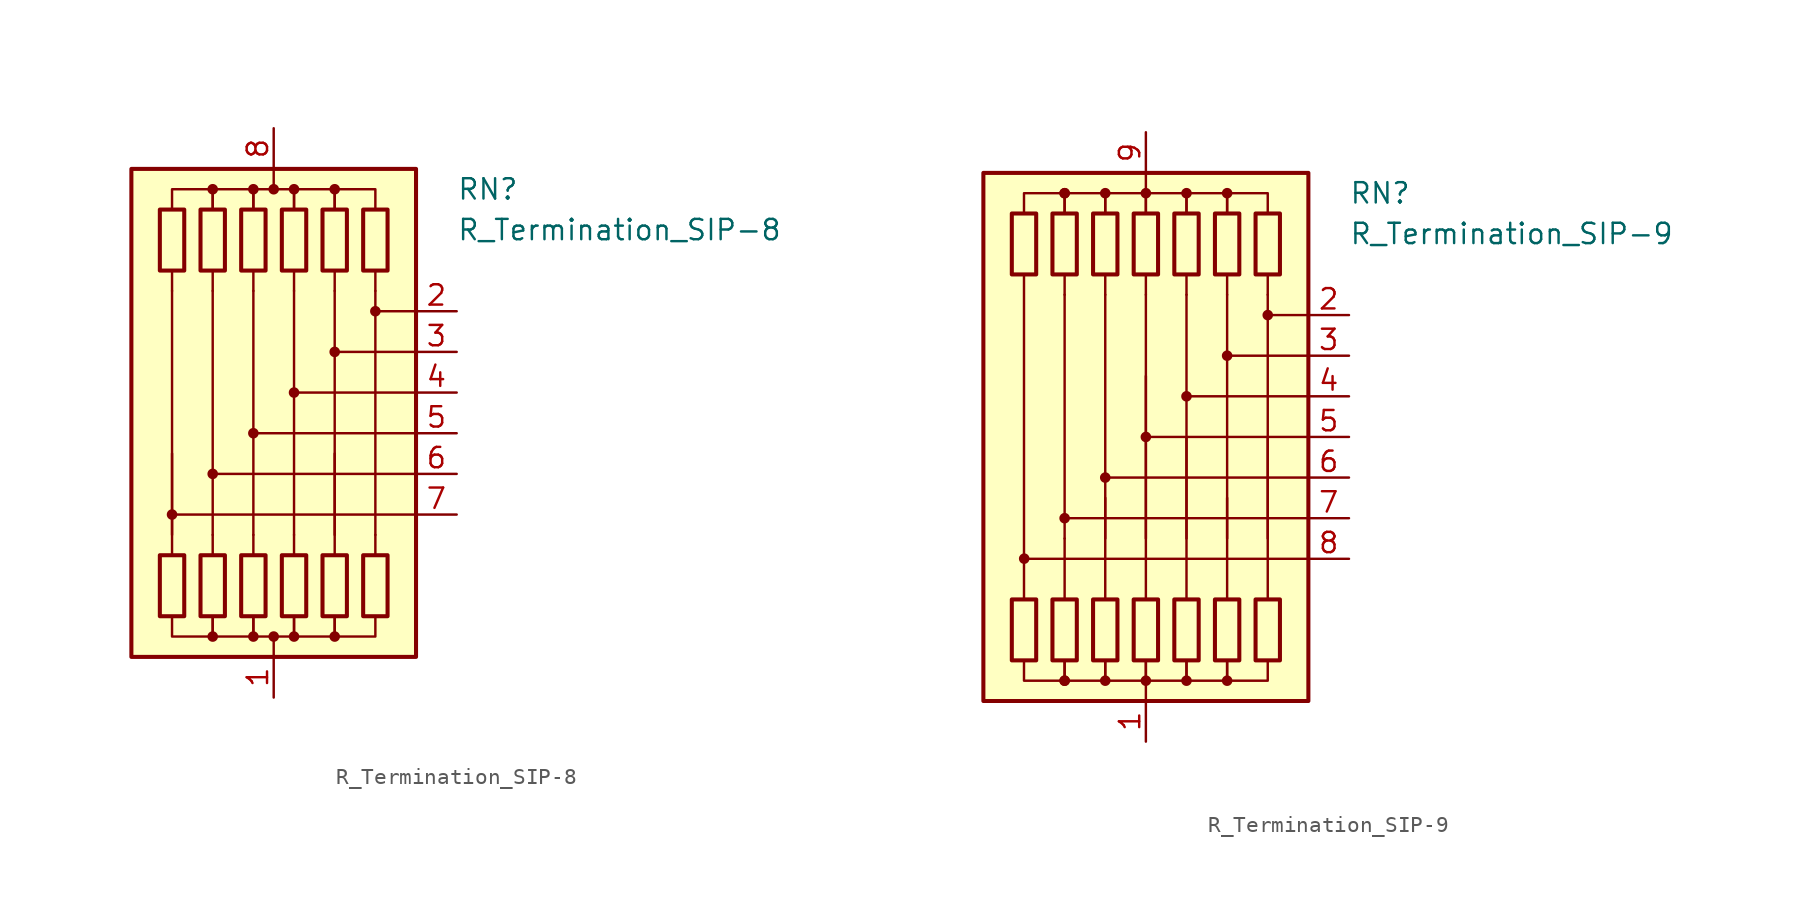
<source format=kicad_sym>
(kicad_symbol_lib
  (version 20211014)
  (generator kicad_symbol_editor)
  (symbol "R_Termination_SIP-8"
    (pin_names
      (offset 0.002) hide)
    (property "Reference" "RN"
      (at 11.43 13.97 0)
      (effects (font (size 1.27 1.27)) (justify left)))
    (property "Value" "R_Termination_SIP-8"
      (at 11.43 11.43 0)
      (effects (font (size 1.27 1.27)) (justify left)))
    (symbol "R_Termination_SIP-8_0_1"
      (rectangle (start -7.112 12.7) (end -5.588 8.89) (stroke (width 0.254) (type default) (color 0 0 0 0)) (fill (type none)))
      (circle (center -6.35 -6.35) (radius 0.254) (stroke (width 0) (type default) (color 0 0 0 0)) (fill (type outline)))
      (rectangle (start -5.588 -12.7) (end -7.112 -8.89) (stroke (width 0.254) (type default) (color 0 0 0 0)) (fill (type none)))
      (rectangle (start -4.572 12.7) (end -3.048 8.89) (stroke (width 0.254) (type default) (color 0 0 0 0)) (fill (type none)))
      (circle (center -3.81 -13.97) (radius 0.254) (stroke (width 0) (type default) (color 0 0 0 0)) (fill (type outline)))
      (circle (center -3.81 -3.81) (radius 0.254) (stroke (width 0) (type default) (color 0 0 0 0)) (fill (type outline)))
      (circle (center -3.81 13.97) (radius 0.254) (stroke (width 0) (type default) (color 0 0 0 0)) (fill (type outline)))
      (rectangle (start -3.048 -12.7) (end -4.572 -8.89) (stroke (width 0.254) (type default) (color 0 0 0 0)) (fill (type none)))
      (rectangle (start -2.032 12.7) (end -0.508 8.89) (stroke (width 0.254) (type default) (color 0 0 0 0)) (fill (type none)))
      (circle (center -1.27 -13.97) (radius 0.254) (stroke (width 0) (type default) (color 0 0 0 0)) (fill (type outline)))
      (circle (center -1.27 -1.27) (radius 0.254) (stroke (width 0) (type default) (color 0 0 0 0)) (fill (type outline)))
      (circle (center -1.27 13.97) (radius 0.254) (stroke (width 0) (type default) (color 0 0 0 0)) (fill (type outline)))
      (rectangle (start -0.508 -12.7) (end -2.032 -8.89) (stroke (width 0.254) (type default) (color 0 0 0 0)) (fill (type none)))
      (circle (center 0 -13.97) (radius 0.254) (stroke (width 0) (type default) (color 0 0 0 0)) (fill (type outline)))
      (polyline (pts (xy -6.35 -8.89) (xy -6.35 -2.54)) (stroke (width 0) (type default) (color 0 0 0 0)) (fill (type none)))
      (polyline (pts (xy -6.35 7.62) (xy -6.35 -7.62)) (stroke (width 0.152) (type default) (color 0 0 0 0)) (fill (type none)))
      (polyline (pts (xy -6.35 8.89) (xy -6.35 7.62)) (stroke (width 0) (type default) (color 0 0 0 0)) (fill (type none)))
      (polyline (pts (xy -3.81 -8.89) (xy -3.81 -7.62)) (stroke (width 0) (type default) (color 0 0 0 0)) (fill (type none)))
      (polyline (pts (xy -3.81 7.62) (xy -3.81 -7.62)) (stroke (width 0.152) (type default) (color 0 0 0 0)) (fill (type none)))
      (polyline (pts (xy -3.81 8.89) (xy -3.81 7.62)) (stroke (width 0) (type default) (color 0 0 0 0)) (fill (type none)))
      (polyline (pts (xy -1.27 -8.89) (xy -1.27 -7.62)) (stroke (width 0) (type default) (color 0 0 0 0)) (fill (type none)))
      (polyline (pts (xy -1.27 7.62) (xy -1.27 -7.62)) (stroke (width 0.152) (type default) (color 0 0 0 0)) (fill (type none)))
      (polyline (pts (xy -1.27 8.89) (xy -1.27 7.62)) (stroke (width 0) (type default) (color 0 0 0 0)) (fill (type none)))
      (polyline (pts (xy 0 -15.24) (xy 0 -13.97)) (stroke (width 0) (type default) (color 0 0 0 0)) (fill (type none)))
      (polyline (pts (xy 0 15.24) (xy 0 13.97)) (stroke (width 0) (type default) (color 0 0 0 0)) (fill (type none)))
      (polyline (pts (xy 1.27 -8.89) (xy 1.27 -7.62)) (stroke (width 0) (type default) (color 0 0 0 0)) (fill (type none)))
      (polyline (pts (xy 1.27 7.62) (xy 1.27 -7.62)) (stroke (width 0.152) (type default) (color 0 0 0 0)) (fill (type none)))
      (polyline (pts (xy 1.27 8.89) (xy 1.27 7.62)) (stroke (width 0) (type default) (color 0 0 0 0)) (fill (type none)))
      (polyline (pts (xy 3.81 -8.89) (xy 3.81 -2.54)) (stroke (width 0) (type default) (color 0 0 0 0)) (fill (type none)))
      (polyline (pts (xy 3.81 7.62) (xy 3.81 -7.62)) (stroke (width 0.152) (type default) (color 0 0 0 0)) (fill (type none)))
      (polyline (pts (xy 3.81 8.89) (xy 3.81 7.62)) (stroke (width 0) (type default) (color 0 0 0 0)) (fill (type none)))
      (polyline (pts (xy 6.35 -8.89) (xy 6.35 -7.62)) (stroke (width 0) (type default) (color 0 0 0 0)) (fill (type none)))
      (polyline (pts (xy 6.35 7.62) (xy 6.35 -7.62)) (stroke (width 0.152) (type default) (color 0 0 0 0)) (fill (type none)))
      (polyline (pts (xy 6.35 8.89) (xy 6.35 7.62)) (stroke (width 0) (type default) (color 0 0 0 0)) (fill (type none)))
      (polyline (pts (xy 8.89 -6.35) (xy -6.35 -6.35)) (stroke (width 0.152) (type default) (color 0 0 0 0)) (fill (type none)))
      (polyline (pts (xy 8.89 -3.81) (xy -3.81 -3.81)) (stroke (width 0.152) (type default) (color 0 0 0 0)) (fill (type none)))
      (polyline (pts (xy 8.89 -1.27) (xy -1.27 -1.27)) (stroke (width 0.152) (type default) (color 0 0 0 0)) (fill (type none)))
      (polyline (pts (xy 8.89 1.27) (xy 1.27 1.27)) (stroke (width 0.152) (type default) (color 0 0 0 0)) (fill (type none)))
      (polyline (pts (xy 8.89 3.81) (xy 3.81 3.81)) (stroke (width 0.152) (type default) (color 0 0 0 0)) (fill (type none)))
      (polyline (pts (xy 8.89 6.35) (xy 6.35 6.35)) (stroke (width 0.152) (type default) (color 0 0 0 0)) (fill (type none)))
      (polyline (pts (xy -6.35 12.7) (xy -6.35 13.97) (xy -3.81 13.97) (xy -3.81 12.7)) (stroke (width 0) (type default) (color 0 0 0 0)) (fill (type none)))
      (polyline (pts (xy -3.81 -12.7) (xy -3.81 -13.97) (xy -6.35 -13.97) (xy -6.35 -12.7)) (stroke (width 0) (type default) (color 0 0 0 0)) (fill (type none)))
      (polyline (pts (xy -3.81 12.7) (xy -3.81 13.97) (xy -1.27 13.97) (xy -1.27 12.7)) (stroke (width 0) (type default) (color 0 0 0 0)) (fill (type none)))
      (polyline (pts (xy -1.27 -12.7) (xy -1.27 -13.97) (xy -3.81 -13.97) (xy -3.81 -12.7)) (stroke (width 0) (type default) (color 0 0 0 0)) (fill (type none)))
      (polyline (pts (xy -1.27 12.7) (xy -1.27 13.97) (xy 1.27 13.97) (xy 1.27 12.7)) (stroke (width 0) (type default) (color 0 0 0 0)) (fill (type none)))
      (polyline (pts (xy 1.27 -12.7) (xy 1.27 -13.97) (xy -1.27 -13.97) (xy -1.27 -12.7)) (stroke (width 0) (type default) (color 0 0 0 0)) (fill (type none)))
      (polyline (pts (xy 1.27 12.7) (xy 1.27 13.97) (xy 3.81 13.97) (xy 3.81 12.7)) (stroke (width 0) (type default) (color 0 0 0 0)) (fill (type none)))
      (polyline (pts (xy 3.81 -12.7) (xy 3.81 -13.97) (xy 1.27 -13.97) (xy 1.27 -12.7)) (stroke (width 0) (type default) (color 0 0 0 0)) (fill (type none)))
      (polyline (pts (xy 3.81 12.7) (xy 3.81 13.97) (xy 6.35 13.97) (xy 6.35 12.7)) (stroke (width 0) (type default) (color 0 0 0 0)) (fill (type none)))
      (polyline (pts (xy 6.35 -12.7) (xy 6.35 -13.97) (xy 3.81 -13.97) (xy 3.81 -12.7)) (stroke (width 0) (type default) (color 0 0 0 0)) (fill (type none)))
      (circle (center 0 13.97) (radius 0.254) (stroke (width 0) (type default) (color 0 0 0 0)) (fill (type outline)))
      (rectangle (start 0.508 12.7) (end 2.032 8.89) (stroke (width 0.254) (type default) (color 0 0 0 0)) (fill (type none)))
      (circle (center 1.27 -13.97) (radius 0.254) (stroke (width 0) (type default) (color 0 0 0 0)) (fill (type outline)))
      (circle (center 1.27 1.27) (radius 0.254) (stroke (width 0) (type default) (color 0 0 0 0)) (fill (type outline)))
      (circle (center 1.27 13.97) (radius 0.254) (stroke (width 0) (type default) (color 0 0 0 0)) (fill (type outline)))
      (rectangle (start 2.032 -12.7) (end 0.508 -8.89) (stroke (width 0.254) (type default) (color 0 0 0 0)) (fill (type none)))
      (rectangle (start 3.048 12.7) (end 4.572 8.89) (stroke (width 0.254) (type default) (color 0 0 0 0)) (fill (type none)))
      (circle (center 3.81 -13.97) (radius 0.254) (stroke (width 0) (type default) (color 0 0 0 0)) (fill (type outline)))
      (circle (center 3.81 3.81) (radius 0.254) (stroke (width 0) (type default) (color 0 0 0 0)) (fill (type outline)))
      (circle (center 3.81 13.97) (radius 0.254) (stroke (width 0) (type default) (color 0 0 0 0)) (fill (type outline)))
      (rectangle (start 4.572 -12.7) (end 3.048 -8.89) (stroke (width 0.254) (type default) (color 0 0 0 0)) (fill (type none)))
      (rectangle (start 5.588 12.7) (end 7.112 8.89) (stroke (width 0.254) (type default) (color 0 0 0 0)) (fill (type none)))
      (circle (center 6.35 6.35) (radius 0.254) (stroke (width 0) (type default) (color 0 0 0 0)) (fill (type outline)))
      (rectangle (start 7.112 -12.7) (end 5.588 -8.89) (stroke (width 0.254) (type default) (color 0 0 0 0)) (fill (type none)))
      (rectangle (start 8.89 15.24) (end -8.89 -15.24) (stroke (width 0.254) (type default) (color 0 0 0 0)) (fill (type background))))
    (symbol "R_Termination_SIP-8_1_1"
      (pin passive line (at 0 -17.78 90) (length 2.54) (name "common" (effects (font (size 1.27 1.27)))) (number "1" (effects (font (size 1.27 1.27)))))
      (pin passive line (at 11.43 6.35 180) (length 2.54) (name "R2" (effects (font (size 1.27 1.27)))) (number "2" (effects (font (size 1.27 1.27)))))
      (pin passive line (at 11.43 3.81 180) (length 2.54) (name "R3" (effects (font (size 1.27 1.27)))) (number "3" (effects (font (size 1.27 1.27)))))
      (pin passive line (at 11.43 1.27 180) (length 2.54) (name "R4" (effects (font (size 1.27 1.27)))) (number "4" (effects (font (size 1.27 1.27)))))
      (pin passive line (at 11.43 -1.27 180) (length 2.54) (name "R5" (effects (font (size 1.27 1.27)))) (number "5" (effects (font (size 1.27 1.27)))))
      (pin passive line (at 11.43 -3.81 180) (length 2.54) (name "R6" (effects (font (size 1.27 1.27)))) (number "6" (effects (font (size 1.27 1.27)))))
      (pin passive line (at 11.43 -6.35 180) (length 2.54) (name "R7" (effects (font (size 1.27 1.27)))) (number "7" (effects (font (size 1.27 1.27)))))
      (pin passive line (at 0 17.78 270) (length 2.54) (name "common" (effects (font (size 1.27 1.27)))) (number "8" (effects (font (size 1.27 1.27)))))))
  (symbol "R_Termination_SIP-9"
    (pin_names
      (offset 0.002) hide)
    (property "Reference" "RN"
      (at 12.7 15.24 0)
      (effects (font (size 1.27 1.27)) (justify left)))
    (property "Value" "R_Termination_SIP-9"
      (at 12.7 12.7 0)
      (effects (font (size 1.27 1.27)) (justify left)))
    (symbol "R_Termination_SIP-9_0_1"
      (rectangle (start -10.16 16.51) (end 10.16 -16.51) (stroke (width 0.254) (type default) (color 0 0 0 0)) (fill (type background)))
      (rectangle (start -8.382 13.97) (end -6.858 10.16) (stroke (width 0.254) (type default) (color 0 0 0 0)) (fill (type none)))
      (circle (center -7.608 -7.609) (radius 0.254) (stroke (width 0) (type default) (color 0 0 0 0)) (fill (type outline)))
      (rectangle (start -6.858 -13.97) (end -8.382 -10.16) (stroke (width 0.254) (type default) (color 0 0 0 0)) (fill (type none)))
      (rectangle (start -5.842 13.97) (end -4.318 10.16) (stroke (width 0.254) (type default) (color 0 0 0 0)) (fill (type none)))
      (circle (center -5.08 -15.24) (radius 0.254) (stroke (width 0) (type default) (color 0 0 0 0)) (fill (type outline)))
      (circle (center -5.08 -15.24) (radius 0.254) (stroke (width 0) (type default) (color 0 0 0 0)) (fill (type outline)))
      (circle (center -5.08 -5.08) (radius 0.254) (stroke (width 0) (type default) (color 0 0 0 0)) (fill (type outline)))
      (circle (center -5.08 15.24) (radius 0.254) (stroke (width 0) (type default) (color 0 0 0 0)) (fill (type outline)))
      (circle (center -5.08 15.24) (radius 0.254) (stroke (width 0) (type default) (color 0 0 0 0)) (fill (type outline)))
      (rectangle (start -4.318 -13.97) (end -5.842 -10.16) (stroke (width 0.254) (type default) (color 0 0 0 0)) (fill (type none)))
      (rectangle (start -3.302 13.97) (end -1.778 10.16) (stroke (width 0.254) (type default) (color 0 0 0 0)) (fill (type none)))
      (circle (center -2.54 -15.24) (radius 0.254) (stroke (width 0) (type default) (color 0 0 0 0)) (fill (type outline)))
      (circle (center -2.54 -2.54) (radius 0.254) (stroke (width 0) (type default) (color 0 0 0 0)) (fill (type outline)))
      (circle (center -2.54 15.24) (radius 0.254) (stroke (width 0) (type default) (color 0 0 0 0)) (fill (type outline)))
      (rectangle (start -1.778 -13.97) (end -3.302 -10.16) (stroke (width 0.254) (type default) (color 0 0 0 0)) (fill (type none)))
      (rectangle (start -0.762 13.97) (end 0.762 10.16) (stroke (width 0.254) (type default) (color 0 0 0 0)) (fill (type none)))
      (circle (center 0 -15.24) (radius 0.254) (stroke (width 0) (type default) (color 0 0 0 0)) (fill (type outline)))
      (polyline (pts (xy -7.62 10.16) (xy -7.62 -10.16)) (stroke (width 0) (type default) (color 0 0 0 0)) (fill (type none)))
      (polyline (pts (xy -5.08 -10.16) (xy -5.08 -6.35)) (stroke (width 0) (type default) (color 0 0 0 0)) (fill (type none)))
      (polyline (pts (xy -5.08 8.89) (xy -5.08 -6.35)) (stroke (width 0.152) (type default) (color 0 0 0 0)) (fill (type none)))
      (polyline (pts (xy -5.08 10.16) (xy -5.08 8.89)) (stroke (width 0) (type default) (color 0 0 0 0)) (fill (type none)))
      (polyline (pts (xy -2.54 -10.16) (xy -2.54 -3.81)) (stroke (width 0) (type default) (color 0 0 0 0)) (fill (type none)))
      (polyline (pts (xy -2.54 8.89) (xy -2.54 -6.35)) (stroke (width 0.152) (type default) (color 0 0 0 0)) (fill (type none)))
      (polyline (pts (xy -2.54 10.16) (xy -2.54 8.89)) (stroke (width 0) (type default) (color 0 0 0 0)) (fill (type none)))
      (polyline (pts (xy 0 -16.51) (xy 0 -15.24)) (stroke (width 0) (type default) (color 0 0 0 0)) (fill (type none)))
      (polyline (pts (xy 0 -10.16) (xy 0 3.81)) (stroke (width 0) (type default) (color 0 0 0 0)) (fill (type none)))
      (polyline (pts (xy 0 8.89) (xy 0 -6.35)) (stroke (width 0.152) (type default) (color 0 0 0 0)) (fill (type none)))
      (polyline (pts (xy 0 10.16) (xy 0 8.89)) (stroke (width 0) (type default) (color 0 0 0 0)) (fill (type none)))
      (polyline (pts (xy 0 16.51) (xy 0 15.24)) (stroke (width 0) (type default) (color 0 0 0 0)) (fill (type none)))
      (polyline (pts (xy 2.54 -10.16) (xy 2.54 0)) (stroke (width 0) (type default) (color 0 0 0 0)) (fill (type none)))
      (polyline (pts (xy 2.54 8.89) (xy 2.54 -6.35)) (stroke (width 0.152) (type default) (color 0 0 0 0)) (fill (type none)))
      (polyline (pts (xy 2.54 10.16) (xy 2.54 8.89)) (stroke (width 0) (type default) (color 0 0 0 0)) (fill (type none)))
      (polyline (pts (xy 5.08 -10.16) (xy 5.08 -3.81)) (stroke (width 0) (type default) (color 0 0 0 0)) (fill (type none)))
      (polyline (pts (xy 5.08 8.89) (xy 5.08 -6.35)) (stroke (width 0.152) (type default) (color 0 0 0 0)) (fill (type none)))
      (polyline (pts (xy 5.08 10.16) (xy 5.08 8.89)) (stroke (width 0) (type default) (color 0 0 0 0)) (fill (type none)))
      (polyline (pts (xy 7.62 -10.16) (xy 7.62 0)) (stroke (width 0) (type default) (color 0 0 0 0)) (fill (type none)))
      (polyline (pts (xy 7.62 8.89) (xy 7.62 -6.35)) (stroke (width 0.152) (type default) (color 0 0 0 0)) (fill (type none)))
      (polyline (pts (xy 7.62 10.16) (xy 7.62 8.89)) (stroke (width 0) (type default) (color 0 0 0 0)) (fill (type none)))
      (polyline (pts (xy 10.16 -7.62) (xy -7.62 -7.62)) (stroke (width 0.152) (type default) (color 0 0 0 0)) (fill (type none)))
      (polyline (pts (xy 10.16 -5.08) (xy -5.08 -5.08)) (stroke (width 0.152) (type default) (color 0 0 0 0)) (fill (type none)))
      (polyline (pts (xy 10.16 -2.54) (xy -2.54 -2.54)) (stroke (width 0.152) (type default) (color 0 0 0 0)) (fill (type none)))
      (polyline (pts (xy 10.16 0) (xy 0 0)) (stroke (width 0.152) (type default) (color 0 0 0 0)) (fill (type none)))
      (polyline (pts (xy 10.16 2.54) (xy 2.54 2.54)) (stroke (width 0.152) (type default) (color 0 0 0 0)) (fill (type none)))
      (polyline (pts (xy 10.16 5.08) (xy 5.08 5.08)) (stroke (width 0.152) (type default) (color 0 0 0 0)) (fill (type none)))
      (polyline (pts (xy 10.16 7.62) (xy 7.62 7.62)) (stroke (width 0.152) (type default) (color 0 0 0 0)) (fill (type none)))
      (polyline (pts (xy -7.62 13.97) (xy -7.62 15.24) (xy -5.08 15.24) (xy -5.08 13.97)) (stroke (width 0) (type default) (color 0 0 0 0)) (fill (type none)))
      (polyline (pts (xy -5.08 -13.97) (xy -5.08 -15.24) (xy -7.62 -15.24) (xy -7.62 -13.97)) (stroke (width 0) (type default) (color 0 0 0 0)) (fill (type none)))
      (polyline (pts (xy -5.08 13.97) (xy -5.08 15.24) (xy -2.54 15.24) (xy -2.54 13.97)) (stroke (width 0) (type default) (color 0 0 0 0)) (fill (type none)))
      (polyline (pts (xy -2.54 -13.97) (xy -2.54 -15.24) (xy -5.08 -15.24) (xy -5.08 -13.97)) (stroke (width 0) (type default) (color 0 0 0 0)) (fill (type none)))
      (polyline (pts (xy -2.54 13.97) (xy -2.54 15.24) (xy 0 15.24) (xy 0 13.97)) (stroke (width 0) (type default) (color 0 0 0 0)) (fill (type none)))
      (polyline (pts (xy 0 -13.97) (xy 0 -15.24) (xy -2.54 -15.24) (xy -2.54 -13.97)) (stroke (width 0) (type default) (color 0 0 0 0)) (fill (type none)))
      (polyline (pts (xy 0 13.97) (xy 0 15.24) (xy 2.54 15.24) (xy 2.54 13.97)) (stroke (width 0) (type default) (color 0 0 0 0)) (fill (type none)))
      (polyline (pts (xy 2.54 -13.97) (xy 2.54 -15.24) (xy 0 -15.24) (xy 0 -13.97)) (stroke (width 0) (type default) (color 0 0 0 0)) (fill (type none)))
      (polyline (pts (xy 2.54 13.97) (xy 2.54 15.24) (xy 5.08 15.24) (xy 5.08 13.97)) (stroke (width 0) (type default) (color 0 0 0 0)) (fill (type none)))
      (polyline (pts (xy 5.08 -13.97) (xy 5.08 -15.24) (xy 2.54 -15.24) (xy 2.54 -13.97)) (stroke (width 0) (type default) (color 0 0 0 0)) (fill (type none)))
      (polyline (pts (xy 5.08 13.97) (xy 5.08 15.24) (xy 7.62 15.24) (xy 7.62 13.97)) (stroke (width 0) (type default) (color 0 0 0 0)) (fill (type none)))
      (polyline (pts (xy 7.62 -13.97) (xy 7.62 -15.24) (xy 5.08 -15.24) (xy 5.08 -13.97)) (stroke (width 0) (type default) (color 0 0 0 0)) (fill (type none)))
      (circle (center 0 0) (radius 0.254) (stroke (width 0) (type default) (color 0 0 0 0)) (fill (type outline)))
      (circle (center 0 15.24) (radius 0.254) (stroke (width 0) (type default) (color 0 0 0 0)) (fill (type outline)))
      (rectangle (start 0.762 -13.97) (end -0.762 -10.16) (stroke (width 0.254) (type default) (color 0 0 0 0)) (fill (type none)))
      (rectangle (start 1.778 13.97) (end 3.302 10.16) (stroke (width 0.254) (type default) (color 0 0 0 0)) (fill (type none)))
      (circle (center 2.54 -15.24) (radius 0.254) (stroke (width 0) (type default) (color 0 0 0 0)) (fill (type outline)))
      (circle (center 2.54 2.54) (radius 0.254) (stroke (width 0) (type default) (color 0 0 0 0)) (fill (type outline)))
      (circle (center 2.54 15.24) (radius 0.254) (stroke (width 0) (type default) (color 0 0 0 0)) (fill (type outline)))
      (rectangle (start 3.302 -13.97) (end 1.778 -10.16) (stroke (width 0.254) (type default) (color 0 0 0 0)) (fill (type none)))
      (rectangle (start 4.318 13.97) (end 5.842 10.16) (stroke (width 0.254) (type default) (color 0 0 0 0)) (fill (type none)))
      (circle (center 5.08 -15.24) (radius 0.254) (stroke (width 0) (type default) (color 0 0 0 0)) (fill (type outline)))
      (circle (center 5.08 5.08) (radius 0.254) (stroke (width 0) (type default) (color 0 0 0 0)) (fill (type outline)))
      (circle (center 5.08 15.24) (radius 0.254) (stroke (width 0) (type default) (color 0 0 0 0)) (fill (type outline)))
      (rectangle (start 5.842 -13.97) (end 4.318 -10.16) (stroke (width 0.254) (type default) (color 0 0 0 0)) (fill (type none)))
      (rectangle (start 6.858 13.97) (end 8.382 10.16) (stroke (width 0.254) (type default) (color 0 0 0 0)) (fill (type none)))
      (circle (center 7.62 7.62) (radius 0.254) (stroke (width 0) (type default) (color 0 0 0 0)) (fill (type outline)))
      (rectangle (start 8.382 -13.97) (end 6.858 -10.16) (stroke (width 0.254) (type default) (color 0 0 0 0)) (fill (type none))))
    (symbol "R_Termination_SIP-9_1_1"
      (pin passive line (at 0 -19.05 90) (length 2.54) (name "common" (effects (font (size 1.27 1.27)))) (number "1" (effects (font (size 1.27 1.27)))))
      (pin passive line (at 12.7 7.62 180) (length 2.54) (name "R2" (effects (font (size 1.27 1.27)))) (number "2" (effects (font (size 1.27 1.27)))))
      (pin passive line (at 12.7 5.08 180) (length 2.54) (name "R3" (effects (font (size 1.27 1.27)))) (number "3" (effects (font (size 1.27 1.27)))))
      (pin passive line (at 12.7 2.54 180) (length 2.54) (name "R4" (effects (font (size 1.27 1.27)))) (number "4" (effects (font (size 1.27 1.27)))))
      (pin passive line (at 12.7 0 180) (length 2.54) (name "R5" (effects (font (size 1.27 1.27)))) (number "5" (effects (font (size 1.27 1.27)))))
      (pin passive line (at 12.7 -2.54 180) (length 2.54) (name "R6" (effects (font (size 1.27 1.27)))) (number "6" (effects (font (size 1.27 1.27)))))
      (pin passive line (at 12.7 -5.08 180) (length 2.54) (name "R7" (effects (font (size 1.27 1.27)))) (number "7" (effects (font (size 1.27 1.27)))))
      (pin passive line (at 12.7 -7.62 180) (length 2.54) (name "R8" (effects (font (size 1.27 1.27)))) (number "8" (effects (font (size 1.27 1.27)))))
      (pin passive line (at 0 19.05 270) (length 2.54) (name "common" (effects (font (size 1.27 1.27)))) (number "9" (effects (font (size 1.27 1.27))))))))
</source>
